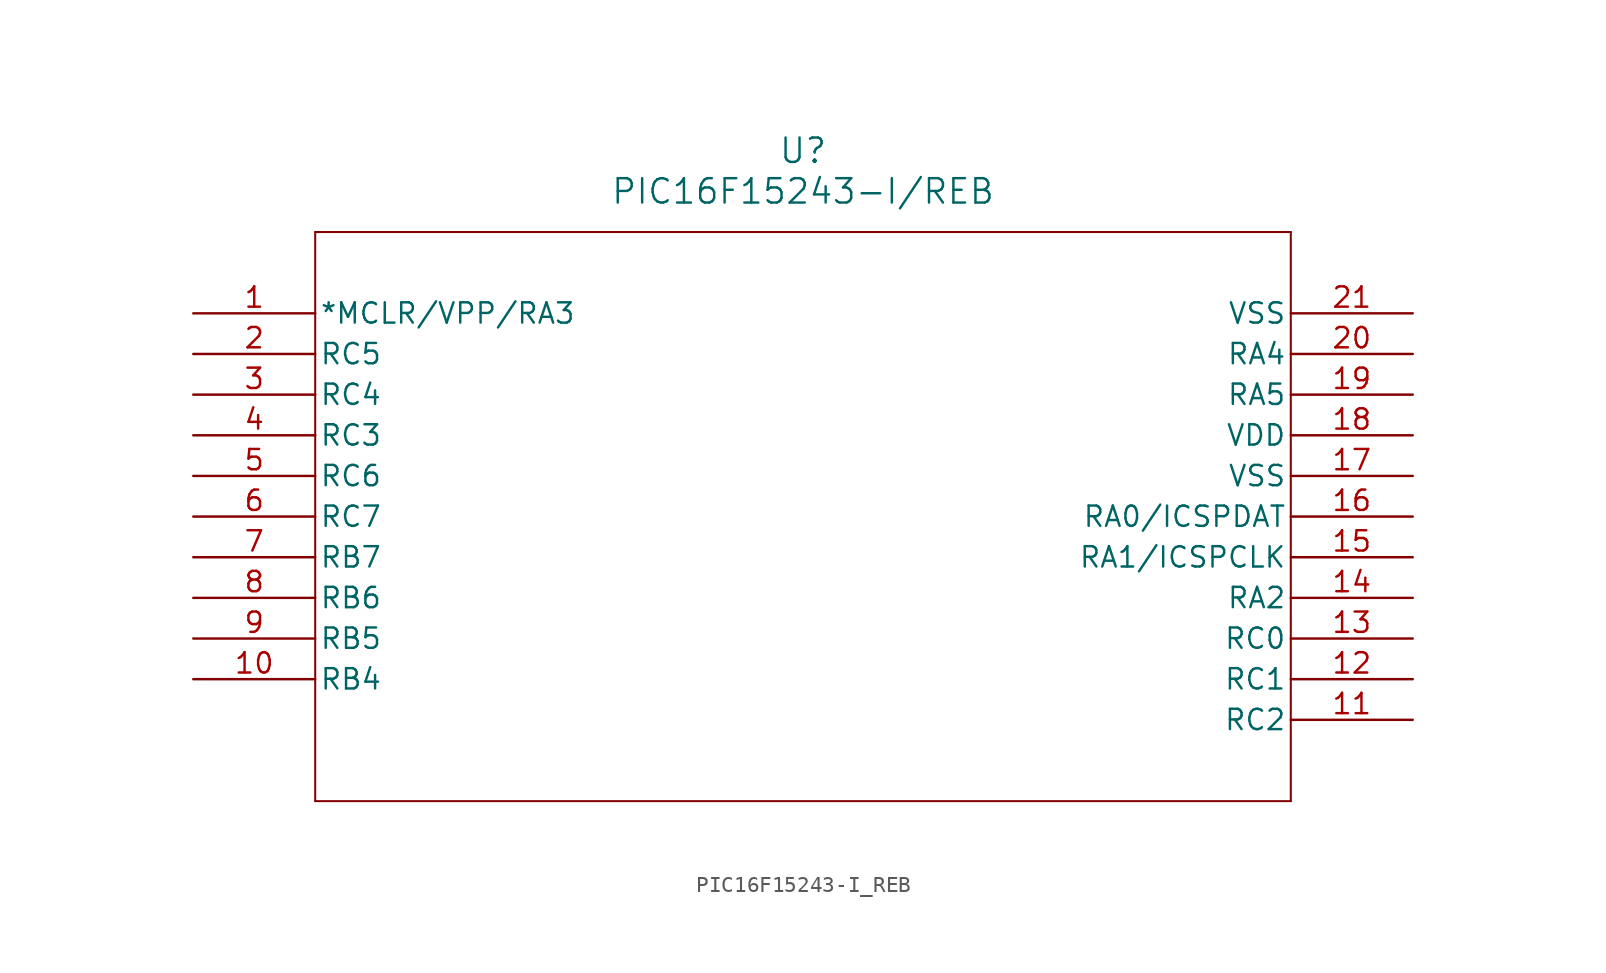
<source format=kicad_sym>
(kicad_symbol_lib
  (version 20211014)
  (generator kicad_symbol_editor)
  (symbol "PIC16F15243-I_REB"
    (pin_names
      (offset 0.254))
    (property "Reference" "U"
      (at 38.1 10.16 0)
      (effects (font (size 1.524 1.524))))
    (property "Value" "PIC16F15243-I/REB"
      (at 38.1 7.62 0)
      (effects (font (size 1.524 1.524))))
    (symbol "PIC16F15243-I_REB_0_1"
      (polyline (pts (xy 7.62 5.08) (xy 7.62 -30.48)) (stroke (width 0.127) (type default) (color 0 0 0 0)) (fill (type none)))
      (polyline (pts (xy 7.62 -30.48) (xy 68.58 -30.48)) (stroke (width 0.127) (type default) (color 0 0 0 0)) (fill (type none)))
      (polyline (pts (xy 68.58 -30.48) (xy 68.58 5.08)) (stroke (width 0.127) (type default) (color 0 0 0 0)) (fill (type none)))
      (polyline (pts (xy 68.58 5.08) (xy 7.62 5.08)) (stroke (width 0.127) (type default) (color 0 0 0 0)) (fill (type none)))
      (pin bidirectional line (at 0 0 0) (length 7.62) (name "*MCLR/VPP/RA3" (effects (font (size 1.27 1.27)))) (number "1" (effects (font (size 1.27 1.27)))))
      (pin bidirectional line (at 0 -2.54 0) (length 7.62) (name "RC5" (effects (font (size 1.27 1.27)))) (number "2" (effects (font (size 1.27 1.27)))))
      (pin bidirectional line (at 0 -5.08 0) (length 7.62) (name "RC4" (effects (font (size 1.27 1.27)))) (number "3" (effects (font (size 1.27 1.27)))))
      (pin bidirectional line (at 0 -7.62 0) (length 7.62) (name "RC3" (effects (font (size 1.27 1.27)))) (number "4" (effects (font (size 1.27 1.27)))))
      (pin bidirectional line (at 0 -10.16 0) (length 7.62) (name "RC6" (effects (font (size 1.27 1.27)))) (number "5" (effects (font (size 1.27 1.27)))))
      (pin bidirectional line (at 0 -12.7 0) (length 7.62) (name "RC7" (effects (font (size 1.27 1.27)))) (number "6" (effects (font (size 1.27 1.27)))))
      (pin bidirectional line (at 0 -15.24 0) (length 7.62) (name "RB7" (effects (font (size 1.27 1.27)))) (number "7" (effects (font (size 1.27 1.27)))))
      (pin bidirectional line (at 0 -17.78 0) (length 7.62) (name "RB6" (effects (font (size 1.27 1.27)))) (number "8" (effects (font (size 1.27 1.27)))))
      (pin bidirectional line (at 0 -20.32 0) (length 7.62) (name "RB5" (effects (font (size 1.27 1.27)))) (number "9" (effects (font (size 1.27 1.27)))))
      (pin bidirectional line (at 0 -22.86 0) (length 7.62) (name "RB4" (effects (font (size 1.27 1.27)))) (number "10" (effects (font (size 1.27 1.27)))))
      (pin bidirectional line (at 76.2 -25.4 180) (length 7.62) (name "RC2" (effects (font (size 1.27 1.27)))) (number "11" (effects (font (size 1.27 1.27)))))
      (pin bidirectional line (at 76.2 -22.86 180) (length 7.62) (name "RC1" (effects (font (size 1.27 1.27)))) (number "12" (effects (font (size 1.27 1.27)))))
      (pin bidirectional line (at 76.2 -20.32 180) (length 7.62) (name "RC0" (effects (font (size 1.27 1.27)))) (number "13" (effects (font (size 1.27 1.27)))))
      (pin bidirectional line (at 76.2 -17.78 180) (length 7.62) (name "RA2" (effects (font (size 1.27 1.27)))) (number "14" (effects (font (size 1.27 1.27)))))
      (pin bidirectional line (at 76.2 -15.24 180) (length 7.62) (name "RA1/ICSPCLK" (effects (font (size 1.27 1.27)))) (number "15" (effects (font (size 1.27 1.27)))))
      (pin bidirectional line (at 76.2 -12.7 180) (length 7.62) (name "RA0/ICSPDAT" (effects (font (size 1.27 1.27)))) (number "16" (effects (font (size 1.27 1.27)))))
      (pin power_out line (at 76.2 -10.16 180) (length 7.62) (name "VSS" (effects (font (size 1.27 1.27)))) (number "17" (effects (font (size 1.27 1.27)))))
      (pin power_in line (at 76.2 -7.62 180) (length 7.62) (name "VDD" (effects (font (size 1.27 1.27)))) (number "18" (effects (font (size 1.27 1.27)))))
      (pin bidirectional line (at 76.2 -5.08 180) (length 7.62) (name "RA5" (effects (font (size 1.27 1.27)))) (number "19" (effects (font (size 1.27 1.27)))))
      (pin bidirectional line (at 76.2 -2.54 180) (length 7.62) (name "RA4" (effects (font (size 1.27 1.27)))) (number "20" (effects (font (size 1.27 1.27)))))
      (pin power_out line (at 76.2 0 180) (length 7.62) (name "VSS" (effects (font (size 1.27 1.27)))) (number "21" (effects (font (size 1.27 1.27))))))))
</source>
